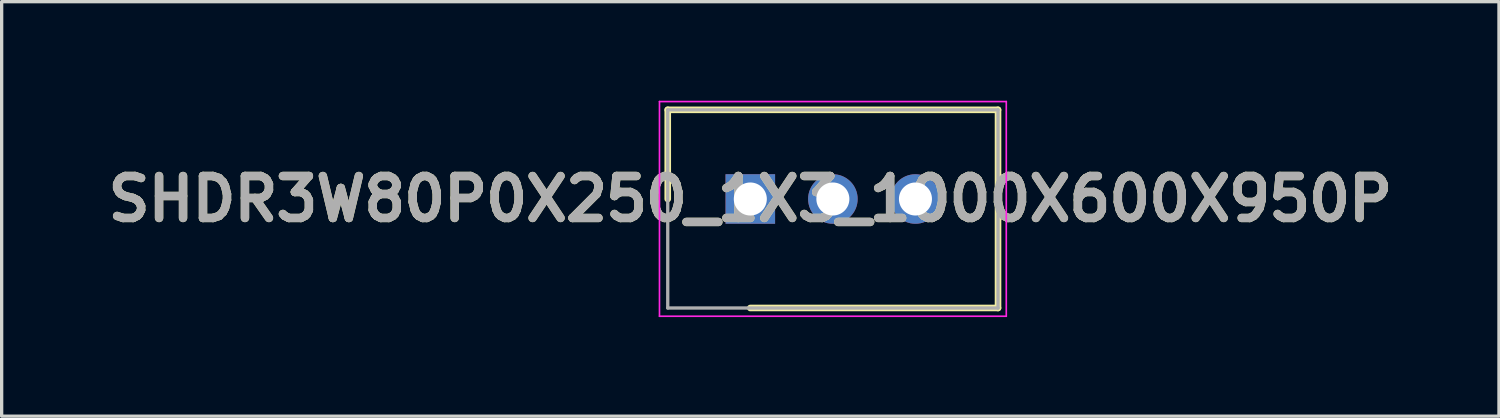
<source format=kicad_pcb>
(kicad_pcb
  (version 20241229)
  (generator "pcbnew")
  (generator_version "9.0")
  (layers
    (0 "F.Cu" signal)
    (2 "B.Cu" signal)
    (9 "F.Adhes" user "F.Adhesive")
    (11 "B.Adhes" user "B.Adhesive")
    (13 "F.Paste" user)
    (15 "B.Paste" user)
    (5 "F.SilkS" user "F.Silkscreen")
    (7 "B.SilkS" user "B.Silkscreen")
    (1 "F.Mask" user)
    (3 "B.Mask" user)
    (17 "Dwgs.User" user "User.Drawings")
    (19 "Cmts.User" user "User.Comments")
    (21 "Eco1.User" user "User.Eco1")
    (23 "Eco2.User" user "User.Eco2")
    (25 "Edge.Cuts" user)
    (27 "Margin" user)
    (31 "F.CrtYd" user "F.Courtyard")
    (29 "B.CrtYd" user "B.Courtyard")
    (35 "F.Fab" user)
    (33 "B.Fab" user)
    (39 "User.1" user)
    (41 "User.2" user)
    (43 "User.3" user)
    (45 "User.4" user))
  (footprint "SHDR3W80P0X250_1X3_1000X600X950P"
    (layer "F.Cu")
    (at 19.667 2.975)
    (property "Reference" "SHDR3W80P0X250_1X3_1000X600X950P" (at 0 0 0) (layer "F.SilkS") (effects (font (size 1.27 1.27) (thickness 0.254))))
    (attr through_hole)
    (fp_line (start -2.5 -2.7) (end -2.5 0) (stroke (width 0.2) (type solid)) (layer "F.SilkS"))
    (fp_line (start 0 3.3) (end 7.5 3.3) (stroke (width 0.2) (type solid)) (layer "F.SilkS"))
    (fp_line (start 7.5 -2.7) (end -2.5 -2.7) (stroke (width 0.2) (type solid)) (layer "F.SilkS"))
    (fp_line (start 7.5 3.3) (end 7.5 -2.7) (stroke (width 0.2) (type solid)) (layer "F.SilkS"))
    (fp_line (start -2.75 -2.95) (end 7.75 -2.95) (stroke (width 0.05) (type solid)) (layer "F.CrtYd"))
    (fp_line (start -2.75 3.55) (end -2.75 -2.95) (stroke (width 0.05) (type solid)) (layer "F.CrtYd"))
    (fp_line (start 7.75 -2.95) (end 7.75 3.55) (stroke (width 0.05) (type solid)) (layer "F.CrtYd"))
    (fp_line (start 7.75 3.55) (end -2.75 3.55) (stroke (width 0.05) (type solid)) (layer "F.CrtYd"))
    (fp_line (start -2.5 -2.7) (end 7.5 -2.7) (stroke (width 0.1) (type solid)) (layer "F.Fab"))
    (fp_line (start -2.5 3.3) (end -2.5 -2.7) (stroke (width 0.1) (type solid)) (layer "F.Fab"))
    (fp_line (start 7.5 -2.7) (end 7.5 3.3) (stroke (width 0.1) (type solid)) (layer "F.Fab"))
    (fp_line (start 7.5 3.3) (end -2.5 3.3) (stroke (width 0.1) (type solid)) (layer "F.Fab"))
    (fp_text user "${REFERENCE}" (at 0 0 0) (layer "F.Fab") (effects (font (size 1.27 1.27) (thickness 0.254))))
    (pad "1" thru_hole rect (at 0 0) (size 1.5 1.5) (drill 1) (layers "*.Cu" "*.Mask"))
    (pad "2" thru_hole circle (at 2.5 0) (size 1.5 1.5) (drill 1) (layers "*.Cu" "*.Mask"))
    (pad "3" thru_hole circle (at 5 0) (size 1.5 1.5) (drill 1) (layers "*.Cu" "*.Mask")))
  (gr_rect
    (start -3 -3)
    (end 42.334 9.55)
    (stroke (width 0.1) (type default))
    (fill no)
    (layer "Edge.Cuts")))
</source>
